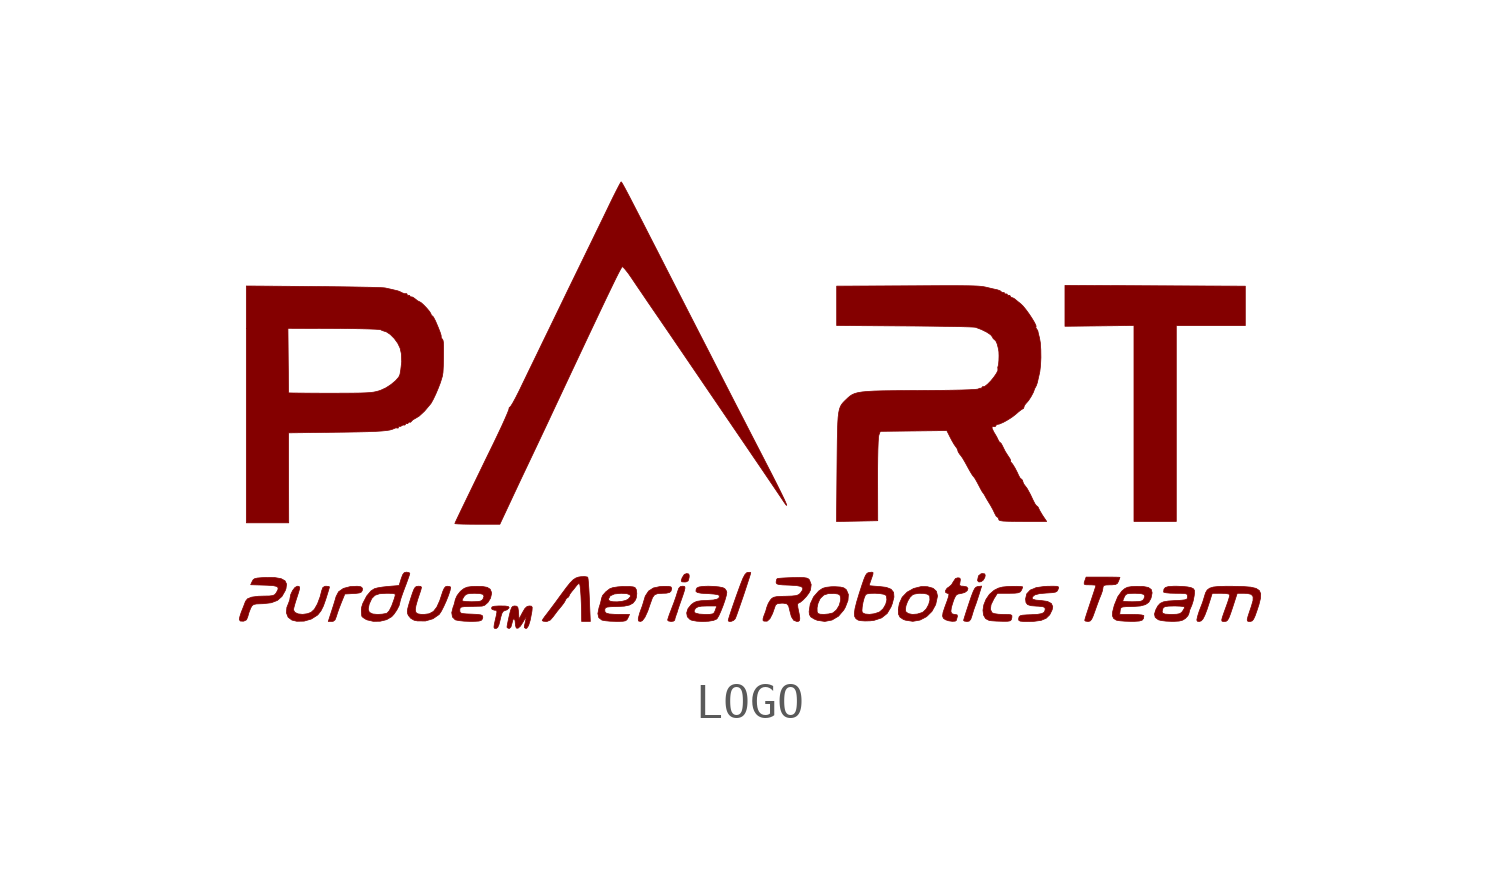
<source format=kicad_sym>
(kicad_symbol_lib
  (version 20220914)
  (generator "bitmap2component")
  (generator_version "8.0")
  (symbol "LOGO"
    (pin_names
      (offset 1.016))
    (property "Reference" "#G"
      (at 0 6.393 0)
      (effects (font (size 1.27 1.27)) hide))
    (symbol "LOGO_0_0"
      (polyline (pts (xy -7.345 -6.74) (xy -7.301 -6.711) (xy -7.264 -6.631) (xy -7.227 -6.484) (xy -7.21 -6.409) (xy -7.175 -6.295) (xy -7.136 -6.236) (xy -7.083 -6.214) (xy -7.027 -6.195) (xy -6.971 -6.142) (xy -6.968 -6.124) (xy -6.992 -6.099) (xy -7.069 -6.086) (xy -7.214 -6.083) (xy -7.273 -6.083) (xy -7.399 -6.091) (xy -7.462 -6.11) (xy -7.48 -6.144) (xy -7.465 -6.181) (xy -7.398 -6.206) (xy -7.358 -6.207) (xy -7.329 -6.221) (xy -7.323 -6.263) (xy -7.338 -6.352) (xy -7.373 -6.504) (xy -7.4 -6.628) (xy -7.409 -6.703) (xy -7.394 -6.734) (xy -7.355 -6.74) (xy -7.345 -6.74)) (stroke (width 0.01) (type default)) (fill (type outline)))
      (polyline (pts (xy -6.451 -6.731) (xy -6.399 -6.654) (xy -6.351 -6.496) (xy -6.305 -6.258) (xy -6.298 -6.205) (xy -6.293 -6.122) (xy -6.316 -6.089) (xy -6.378 -6.083) (xy -6.441 -6.097) (xy -6.506 -6.156) (xy -6.578 -6.278) (xy -6.679 -6.473) (xy -6.691 -6.278) (xy -6.695 -6.229) (xy -6.71 -6.134) (xy -6.741 -6.092) (xy -6.801 -6.083) (xy -6.806 -6.083) (xy -6.857 -6.093) (xy -6.894 -6.132) (xy -6.926 -6.218) (xy -6.963 -6.368) (xy -6.965 -6.376) (xy -6.997 -6.523) (xy -7.02 -6.638) (xy -7.028 -6.697) (xy -7.021 -6.717) (xy -6.967 -6.74) (xy -6.962 -6.74) (xy -6.913 -6.694) (xy -6.879 -6.573) (xy -6.878 -6.567) (xy -6.851 -6.474) (xy -6.819 -6.456) (xy -6.793 -6.509) (xy -6.782 -6.627) (xy -6.781 -6.651) (xy -6.757 -6.727) (xy -6.707 -6.732) (xy -6.637 -6.671) (xy -6.556 -6.545) (xy -6.527 -6.491) (xy -6.484 -6.419) (xy -6.47 -6.415) (xy -6.477 -6.473) (xy -6.499 -6.575) (xy -6.521 -6.668) (xy -6.523 -6.712) (xy -6.478 -6.74) (xy -6.451 -6.731)) (stroke (width 0.01) (type default)) (fill (type outline)))
      (polyline (pts (xy -14.704 -6.524) (xy -14.627 -6.486) (xy -14.589 -6.391) (xy -14.556 -6.275) (xy -14.505 -6.144) (xy -14.467 -6.078) (xy -14.419 -6.04) (xy -14.338 -6.023) (xy -14.199 -6.018) (xy -14.145 -6.017) (xy -13.905 -5.989) (xy -13.726 -5.921) (xy -13.594 -5.805) (xy -13.497 -5.634) (xy -13.476 -5.577) (xy -13.459 -5.444) (xy -13.505 -5.348) (xy -13.619 -5.286) (xy -13.803 -5.255) (xy -14.061 -5.253) (xy -14.183 -5.258) (xy -14.312 -5.269) (xy -14.389 -5.287) (xy -14.432 -5.317) (xy -14.46 -5.365) (xy -14.505 -5.463) (xy -14.106 -5.475) (xy -14.022 -5.478) (xy -13.85 -5.489) (xy -13.747 -5.512) (xy -13.704 -5.55) (xy -13.712 -5.612) (xy -13.761 -5.703) (xy -13.764 -5.707) (xy -13.804 -5.754) (xy -13.863 -5.78) (xy -13.961 -5.792) (xy -14.12 -5.795) (xy -14.282 -5.8) (xy -14.475 -5.825) (xy -14.598 -5.874) (xy -14.657 -5.949) (xy -14.669 -5.982) (xy -14.708 -6.086) (xy -14.759 -6.214) (xy -14.785 -6.28) (xy -14.822 -6.398) (xy -14.837 -6.473) (xy -14.837 -6.475) (xy -14.811 -6.522) (xy -14.726 -6.527) (xy -14.704 -6.524)) (stroke (width 0.01) (type default)) (fill (type outline)))
      (polyline (pts (xy -12.947 -6.525) (xy -12.737 -6.464) (xy -12.563 -6.354) (xy -12.538 -6.33) (xy -12.456 -6.226) (xy -12.385 -6.084) (xy -12.314 -5.884) (xy -12.294 -5.819) (xy -12.249 -5.675) (xy -12.218 -5.571) (xy -12.207 -5.526) (xy -12.231 -5.514) (xy -12.306 -5.507) (xy -12.341 -5.51) (xy -12.4 -5.545) (xy -12.435 -5.641) (xy -12.478 -5.812) (xy -12.557 -6.023) (xy -12.647 -6.18) (xy -12.742 -6.268) (xy -12.849 -6.309) (xy -12.992 -6.328) (xy -13.123 -6.314) (xy -13.218 -6.269) (xy -13.257 -6.197) (xy -13.257 -6.195) (xy -13.244 -6.127) (xy -13.211 -6.007) (xy -13.165 -5.86) (xy -13.159 -5.843) (xy -13.107 -5.682) (xy -13.08 -5.583) (xy -13.079 -5.531) (xy -13.101 -5.511) (xy -13.148 -5.507) (xy -13.149 -5.508) (xy -13.215 -5.545) (xy -13.283 -5.634) (xy -13.336 -5.746) (xy -13.358 -5.855) (xy -13.366 -5.91) (xy -13.402 -6.007) (xy -13.45 -6.126) (xy -13.463 -6.283) (xy -13.413 -6.41) (xy -13.304 -6.494) (xy -13.162 -6.529) (xy -12.947 -6.525)) (stroke (width 0.01) (type default)) (fill (type outline)))
      (polyline (pts (xy -12.097 -6.529) (xy -12.043 -6.486) (xy -12.003 -6.381) (xy -11.976 -6.292) (xy -11.922 -6.139) (xy -11.86 -5.98) (xy -11.759 -5.734) (xy -11.515 -5.721) (xy -11.444 -5.717) (xy -11.332 -5.702) (xy -11.274 -5.675) (xy -11.248 -5.626) (xy -11.247 -5.563) (xy -11.292 -5.523) (xy -11.397 -5.508) (xy -11.572 -5.516) (xy -11.604 -5.519) (xy -11.801 -5.571) (xy -11.941 -5.669) (xy -12.014 -5.809) (xy -12.017 -5.82) (xy -12.044 -5.914) (xy -12.087 -6.055) (xy -12.139 -6.216) (xy -12.242 -6.535) (xy -12.144 -6.535) (xy -12.097 -6.529)) (stroke (width 0.01) (type default)) (fill (type outline)))
      (polyline (pts (xy -10.729 -6.528) (xy -10.54 -6.482) (xy -10.394 -6.397) (xy -10.327 -6.324) (xy -10.242 -6.2) (xy -10.177 -6.073) (xy -10.152 -5.975) (xy -10.147 -5.948) (xy -10.119 -5.851) (xy -10.07 -5.71) (xy -10.008 -5.543) (xy -9.97 -5.445) (xy -9.916 -5.295) (xy -9.878 -5.186) (xy -9.864 -5.133) (xy -9.886 -5.11) (xy -9.96 -5.096) (xy -9.962 -5.096) (xy -10.025 -5.112) (xy -10.071 -5.171) (xy -10.116 -5.292) (xy -10.176 -5.487) (xy -10.482 -5.512) (xy -10.49 -5.512) (xy -10.657 -5.531) (xy -10.803 -5.555) (xy -10.897 -5.581) (xy -10.996 -5.644) (xy -11.121 -5.792) (xy -11.23 -6.001) (xy -11.237 -6.019) (xy -11.269 -6.121) (xy -11.273 -6.177) (xy -11.077 -6.177) (xy -11.05 -6.035) (xy -11.042 -6.013) (xy -10.972 -5.863) (xy -10.88 -5.771) (xy -10.747 -5.726) (xy -10.553 -5.713) (xy -10.483 -5.713) (xy -10.364 -5.717) (xy -10.304 -5.729) (xy -10.287 -5.757) (xy -10.296 -5.805) (xy -10.319 -5.881) (xy -10.391 -6.08) (xy -10.461 -6.22) (xy -10.525 -6.29) (xy -10.559 -6.303) (xy -10.669 -6.322) (xy -10.805 -6.33) (xy -10.945 -6.317) (xy -11.044 -6.269) (xy -11.077 -6.177) (xy -11.273 -6.177) (xy -11.277 -6.229) (xy -11.265 -6.38) (xy -11.265 -6.38) (xy -11.229 -6.419) (xy -11.149 -6.47) (xy -11.109 -6.489) (xy -10.929 -6.531) (xy -10.729 -6.528)) (stroke (width 0.01) (type default)) (fill (type outline)))
      (polyline (pts (xy -9.189 -6.456) (xy -9.012 -6.334) (xy -9.005 -6.327) (xy -8.945 -6.237) (xy -8.874 -6.098) (xy -8.8 -5.935) (xy -8.735 -5.771) (xy -8.689 -5.631) (xy -8.672 -5.538) (xy -8.692 -5.519) (xy -8.765 -5.508) (xy -8.766 -5.508) (xy -8.817 -5.519) (xy -8.858 -5.564) (xy -8.9 -5.656) (xy -8.952 -5.813) (xy -8.991 -5.93) (xy -9.077 -6.12) (xy -9.175 -6.243) (xy -9.297 -6.31) (xy -9.45 -6.33) (xy -9.543 -6.327) (xy -9.633 -6.312) (xy -9.686 -6.272) (xy -9.703 -6.198) (xy -9.686 -6.078) (xy -9.637 -5.903) (xy -9.556 -5.662) (xy -9.54 -5.612) (xy -9.523 -5.539) (xy -9.545 -5.511) (xy -9.614 -5.507) (xy -9.665 -5.513) (xy -9.706 -5.538) (xy -9.743 -5.598) (xy -9.786 -5.708) (xy -9.843 -5.882) (xy -9.889 -6.03) (xy -9.924 -6.159) (xy -9.936 -6.245) (xy -9.928 -6.306) (xy -9.902 -6.363) (xy -9.836 -6.442) (xy -9.74 -6.498) (xy -9.64 -6.519) (xy -9.406 -6.52) (xy -9.189 -6.456)) (stroke (width 0.01) (type default)) (fill (type outline)))
      (polyline (pts (xy -7.965 -6.531) (xy -7.846 -6.523) (xy -7.781 -6.503) (xy -7.752 -6.47) (xy -7.735 -6.418) (xy -7.741 -6.372) (xy -7.789 -6.344) (xy -7.893 -6.329) (xy -8.066 -6.321) (xy -8.213 -6.315) (xy -8.322 -6.305) (xy -8.379 -6.288) (xy -8.401 -6.257) (xy -8.405 -6.206) (xy -8.405 -6.18) (xy -8.393 -6.137) (xy -8.354 -6.113) (xy -8.268 -6.102) (xy -8.117 -6.097) (xy -7.964 -6.093) (xy -7.833 -6.09) (xy -7.756 -6.087) (xy -7.678 -6.061) (xy -7.582 -5.975) (xy -7.509 -5.854) (xy -7.48 -5.726) (xy -7.483 -5.681) (xy -7.52 -5.594) (xy -7.606 -5.54) (xy -7.751 -5.514) (xy -7.967 -5.512) (xy -8.058 -5.516) (xy -8.185 -5.534) (xy -8.278 -5.571) (xy -8.367 -5.639) (xy -8.393 -5.663) (xy -8.482 -5.777) (xy -8.533 -5.889) (xy -8.543 -5.928) (xy -8.343 -5.928) (xy -8.327 -5.883) (xy -8.279 -5.804) (xy -8.262 -5.781) (xy -8.206 -5.738) (xy -8.118 -5.718) (xy -7.974 -5.713) (xy -7.821 -5.72) (xy -7.728 -5.745) (xy -7.699 -5.796) (xy -7.726 -5.877) (xy -7.754 -5.914) (xy -7.807 -5.943) (xy -7.901 -5.956) (xy -8.057 -5.96) (xy -8.067 -5.96) (xy -8.207 -5.955) (xy -8.306 -5.943) (xy -8.343 -5.928) (xy -8.543 -5.928) (xy -8.549 -5.955) (xy -8.568 -6.029) (xy -8.582 -6.074) (xy -8.602 -6.124) (xy -8.64 -6.278) (xy -8.619 -6.405) (xy -8.539 -6.485) (xy -8.527 -6.49) (xy -8.429 -6.51) (xy -8.281 -6.526) (xy -8.111 -6.532) (xy -7.965 -6.531)) (stroke (width 0.01) (type default)) (fill (type outline)))
      (polyline (pts (xy -4.624 -5.91) (xy -4.629 -5.797) (xy -4.64 -5.59) (xy -4.652 -5.419) (xy -4.663 -5.3) (xy -4.673 -5.247) (xy -4.686 -5.238) (xy -4.761 -5.226) (xy -4.874 -5.23) (xy -4.94 -5.24) (xy -5.02 -5.268) (xy -5.098 -5.319) (xy -5.184 -5.406) (xy -5.292 -5.54) (xy -5.433 -5.73) (xy -5.612 -5.975) (xy -5.779 -6.199) (xy -5.908 -6.368) (xy -5.921 -6.384) (xy -5.978 -6.464) (xy -6.001 -6.51) (xy -5.97 -6.527) (xy -5.888 -6.535) (xy -5.858 -6.533) (xy -5.766 -6.493) (xy -5.675 -6.388) (xy -5.665 -6.373) (xy -5.564 -6.238) (xy -5.46 -6.111) (xy -5.436 -6.083) (xy -5.362 -5.984) (xy -5.32 -5.908) (xy -5.301 -5.87) (xy -5.258 -5.836) (xy -5.249 -5.835) (xy -5.22 -5.795) (xy -5.197 -5.741) (xy -5.139 -5.662) (xy -5.072 -5.582) (xy -4.999 -5.487) (xy -4.953 -5.439) (xy -4.914 -5.429) (xy -4.899 -5.481) (xy -4.884 -5.602) (xy -4.871 -5.781) (xy -4.861 -6.004) (xy -4.854 -6.258) (xy -4.85 -6.535) (xy -4.724 -6.535) (xy -4.598 -6.535) (xy -4.624 -5.91)) (stroke (width 0.01) (type default)) (fill (type outline)))
      (polyline (pts (xy -3.648 -6.529) (xy -3.573 -6.515) (xy -3.53 -6.484) (xy -3.501 -6.432) (xy -3.454 -6.33) (xy -3.772 -6.329) (xy -3.89 -6.327) (xy -4.043 -6.317) (xy -4.133 -6.293) (xy -4.173 -6.25) (xy -4.176 -6.185) (xy -4.173 -6.17) (xy -4.152 -6.134) (xy -4.101 -6.114) (xy -4.002 -6.104) (xy -3.838 -6.1) (xy -3.825 -6.1) (xy -3.608 -6.088) (xy -3.455 -6.055) (xy -3.351 -5.997) (xy -3.281 -5.907) (xy -3.256 -5.84) (xy -3.242 -5.72) (xy -3.255 -5.61) (xy -3.296 -5.544) (xy -3.35 -5.526) (xy -3.475 -5.514) (xy -3.634 -5.514) (xy -3.797 -5.526) (xy -3.938 -5.548) (xy -4.028 -5.58) (xy -4.147 -5.671) (xy -4.24 -5.778) (xy -4.275 -5.873) (xy -4.277 -5.897) (xy -4.278 -5.901) (xy -4.069 -5.901) (xy -4.068 -5.88) (xy -4.018 -5.787) (xy -3.894 -5.732) (xy -3.699 -5.713) (xy -3.533 -5.723) (xy -3.441 -5.756) (xy -3.426 -5.809) (xy -3.492 -5.884) (xy -3.563 -5.921) (xy -3.682 -5.95) (xy -3.816 -5.963) (xy -3.941 -5.96) (xy -4.033 -5.939) (xy -4.069 -5.901) (xy -4.278 -5.901) (xy -4.3 -5.995) (xy -4.338 -6.118) (xy -4.345 -6.138) (xy -4.378 -6.306) (xy -4.351 -6.423) (xy -4.261 -6.494) (xy -4.255 -6.496) (xy -4.165 -6.513) (xy -4.024 -6.527) (xy -3.86 -6.532) (xy -3.776 -6.533) (xy -3.648 -6.529)) (stroke (width 0.01) (type default)) (fill (type outline)))
      (polyline (pts (xy -3.082 -6.513) (xy -3.007 -6.415) (xy -2.925 -6.238) (xy -2.836 -5.98) (xy -2.835 -5.979) (xy -2.783 -5.836) (xy -2.722 -5.756) (xy -2.631 -5.721) (xy -2.486 -5.713) (xy -2.383 -5.71) (xy -2.287 -5.689) (xy -2.244 -5.648) (xy -2.241 -5.639) (xy -2.224 -5.566) (xy -2.248 -5.526) (xy -2.328 -5.51) (xy -2.476 -5.511) (xy -2.561 -5.516) (xy -2.758 -5.558) (xy -2.898 -5.648) (xy -2.995 -5.796) (xy -3.06 -6.013) (xy -3.06 -6.014) (xy -3.082 -6.084) (xy -3.12 -6.186) (xy -3.16 -6.298) (xy -3.193 -6.422) (xy -3.2 -6.463) (xy -3.191 -6.521) (xy -3.134 -6.535) (xy -3.082 -6.513)) (stroke (width 0.01) (type default)) (fill (type outline)))
      (polyline (pts (xy -2.172 -6.525) (xy -2.137 -6.497) (xy -2.125 -6.438) (xy -2.093 -6.342) (xy -2.093 -6.341) (xy -2.063 -6.26) (xy -2.054 -6.227) (xy -2.045 -6.196) (xy -2.015 -6.107) (xy -1.971 -5.98) (xy -1.961 -5.953) (xy -1.895 -5.764) (xy -1.854 -5.637) (xy -1.837 -5.561) (xy -1.842 -5.523) (xy -1.867 -5.509) (xy -1.913 -5.507) (xy -1.972 -5.518) (xy -2.019 -5.569) (xy -2.058 -5.681) (xy -2.059 -5.686) (xy -2.099 -5.815) (xy -2.158 -5.983) (xy -2.224 -6.155) (xy -2.236 -6.188) (xy -2.291 -6.33) (xy -2.328 -6.44) (xy -2.343 -6.495) (xy -2.317 -6.521) (xy -2.24 -6.535) (xy -2.172 -6.525)) (stroke (width 0.01) (type default)) (fill (type outline)))
      (polyline (pts (xy -1.149 -6.528) (xy -1.003 -6.503) (xy -0.911 -6.463) (xy -0.901 -6.452) (xy -0.851 -6.369) (xy -0.791 -6.237) (xy -0.728 -6.079) (xy -0.672 -5.919) (xy -0.632 -5.78) (xy -0.617 -5.686) (xy -0.626 -5.649) (xy -0.675 -5.578) (xy -0.729 -5.551) (xy -0.845 -5.527) (xy -0.997 -5.512) (xy -1.16 -5.507) (xy -1.311 -5.512) (xy -1.427 -5.529) (xy -1.486 -5.557) (xy -1.511 -5.602) (xy -1.517 -5.657) (xy -1.472 -5.691) (xy -1.364 -5.711) (xy -1.185 -5.722) (xy -1.134 -5.724) (xy -0.987 -5.736) (xy -0.88 -5.754) (xy -0.836 -5.775) (xy -0.836 -5.835) (xy -0.89 -5.881) (xy -1.009 -5.909) (xy -1.202 -5.922) (xy -1.366 -5.93) (xy -1.482 -5.947) (xy -1.567 -5.981) (xy -1.646 -6.037) (xy -1.65 -6.041) (xy -1.748 -6.16) (xy -1.771 -6.234) (xy -1.575 -6.234) (xy -1.534 -6.157) (xy -1.523 -6.146) (xy -1.458 -6.108) (xy -1.353 -6.088) (xy -1.188 -6.083) (xy -0.908 -6.083) (xy -0.952 -6.206) (xy -0.956 -6.219) (xy -0.985 -6.281) (xy -1.028 -6.314) (xy -1.109 -6.327) (xy -1.249 -6.33) (xy -1.421 -6.32) (xy -1.538 -6.289) (xy -1.575 -6.234) (xy -1.771 -6.234) (xy -1.787 -6.286) (xy -1.767 -6.399) (xy -1.685 -6.481) (xy -1.633 -6.501) (xy -1.491 -6.527) (xy -1.321 -6.536) (xy -1.149 -6.528)) (stroke (width 0.01) (type default)) (fill (type outline)))
      (polyline (pts (xy -0.423 -6.506) (xy -0.371 -6.454) (xy -0.36 -6.43) (xy -0.325 -6.337) (xy -0.274 -6.192) (xy -0.212 -6.013) (xy -0.144 -5.816) (xy -0.077 -5.616) (xy -0.016 -5.429) (xy 0.035 -5.272) (xy 0.07 -5.161) (xy 0.082 -5.111) (xy 0.064 -5.101) (xy -0.005 -5.104) (xy -0.039 -5.116) (xy -0.089 -5.169) (xy -0.145 -5.274) (xy -0.213 -5.446) (xy -0.253 -5.554) (xy -0.33 -5.766) (xy -0.404 -5.977) (xy -0.471 -6.171) (xy -0.525 -6.334) (xy -0.561 -6.45) (xy -0.575 -6.504) (xy -0.557 -6.532) (xy -0.496 -6.534) (xy -0.423 -6.506)) (stroke (width 0.01) (type default)) (fill (type outline)))
      (polyline (pts (xy 1.478 -6.529) (xy 1.507 -6.5) (xy 1.512 -6.434) (xy 1.495 -6.317) (xy 1.457 -6.134) (xy 1.456 -6.128) (xy 1.448 -6.036) (xy 1.468 -6.001) (xy 1.52 -5.979) (xy 1.607 -5.909) (xy 1.701 -5.81) (xy 1.78 -5.704) (xy 1.824 -5.615) (xy 1.845 -5.46) (xy 1.794 -5.323) (xy 1.767 -5.294) (xy 1.718 -5.27) (xy 1.637 -5.257) (xy 1.508 -5.253) (xy 1.313 -5.256) (xy 1.185 -5.26) (xy 1.024 -5.268) (xy 0.908 -5.277) (xy 0.855 -5.286) (xy 0.837 -5.31) (xy 0.822 -5.385) (xy 0.826 -5.413) (xy 0.85 -5.44) (xy 0.91 -5.458) (xy 1.022 -5.468) (xy 1.202 -5.475) (xy 1.222 -5.476) (xy 1.42 -5.488) (xy 1.544 -5.513) (xy 1.599 -5.554) (xy 1.594 -5.617) (xy 1.533 -5.705) (xy 1.518 -5.721) (xy 1.468 -5.759) (xy 1.394 -5.782) (xy 1.278 -5.794) (xy 1.098 -5.8) (xy 0.972 -5.803) (xy 0.84 -5.811) (xy 0.756 -5.829) (xy 0.701 -5.86) (xy 0.655 -5.91) (xy 0.594 -6.009) (xy 0.551 -6.12) (xy 0.52 -6.231) (xy 0.473 -6.356) (xy 0.467 -6.369) (xy 0.44 -6.46) (xy 0.443 -6.512) (xy 0.472 -6.525) (xy 0.552 -6.526) (xy 0.567 -6.522) (xy 0.64 -6.454) (xy 0.717 -6.304) (xy 0.798 -6.073) (xy 0.806 -6.053) (xy 0.864 -6.013) (xy 0.983 -6.001) (xy 1.028 -6.001) (xy 1.132 -6.019) (xy 1.186 -6.078) (xy 1.216 -6.197) (xy 1.219 -6.212) (xy 1.267 -6.394) (xy 1.335 -6.5) (xy 1.426 -6.535) (xy 1.478 -6.529)) (stroke (width 0.01) (type default)) (fill (type outline)))
      (polyline (pts (xy 2.452 -6.493) (xy 2.641 -6.381) (xy 2.793 -6.203) (xy 2.841 -6.119) (xy 2.918 -5.919) (xy 2.93 -5.75) (xy 2.875 -5.618) (xy 2.857 -5.598) (xy 2.793 -5.554) (xy 2.697 -5.531) (xy 2.543 -5.521) (xy 2.434 -5.522) (xy 2.283 -5.539) (xy 2.18 -5.569) (xy 2.064 -5.647) (xy 1.915 -5.818) (xy 1.818 -6.026) (xy 1.801 -6.138) (xy 2.016 -6.138) (xy 2.043 -6.008) (xy 2.095 -5.889) (xy 2.117 -5.855) (xy 2.214 -5.763) (xy 2.345 -5.721) (xy 2.532 -5.72) (xy 2.633 -5.735) (xy 2.685 -5.771) (xy 2.705 -5.845) (xy 2.704 -5.919) (xy 2.663 -6.067) (xy 2.583 -6.199) (xy 2.483 -6.283) (xy 2.461 -6.291) (xy 2.349 -6.317) (xy 2.22 -6.329) (xy 2.107 -6.324) (xy 2.041 -6.302) (xy 2.018 -6.25) (xy 2.016 -6.138) (xy 1.801 -6.138) (xy 1.785 -6.247) (xy 1.793 -6.33) (xy 1.834 -6.402) (xy 1.932 -6.463) (xy 2.023 -6.501) (xy 2.241 -6.534) (xy 2.452 -6.493)) (stroke (width 0.01) (type default)) (fill (type outline)))
      (polyline (pts (xy 3.566 -6.516) (xy 3.68 -6.502) (xy 3.897 -6.431) (xy 4.06 -6.302) (xy 4.173 -6.112) (xy 4.211 -6.012) (xy 4.259 -5.823) (xy 4.249 -5.687) (xy 4.175 -5.595) (xy 4.034 -5.54) (xy 3.819 -5.514) (xy 3.81 -5.514) (xy 3.671 -5.504) (xy 3.572 -5.495) (xy 3.535 -5.487) (xy 3.537 -5.477) (xy 3.559 -5.409) (xy 3.596 -5.302) (xy 3.608 -5.269) (xy 3.644 -5.162) (xy 3.649 -5.11) (xy 3.618 -5.097) (xy 3.548 -5.104) (xy 3.541 -5.105) (xy 3.498 -5.117) (xy 3.461 -5.146) (xy 3.425 -5.205) (xy 3.383 -5.307) (xy 3.329 -5.463) (xy 3.257 -5.686) (xy 3.25 -5.706) (xy 3.172 -5.964) (xy 3.124 -6.157) (xy 3.115 -6.221) (xy 3.325 -6.221) (xy 3.333 -6.111) (xy 3.356 -5.977) (xy 3.391 -5.848) (xy 3.432 -5.754) (xy 3.473 -5.731) (xy 3.575 -5.715) (xy 3.709 -5.712) (xy 3.847 -5.721) (xy 3.962 -5.741) (xy 4.025 -5.771) (xy 4.042 -5.8) (xy 4.053 -5.907) (xy 4.019 -6.036) (xy 3.948 -6.159) (xy 3.851 -6.249) (xy 3.818 -6.267) (xy 3.686 -6.31) (xy 3.542 -6.328) (xy 3.416 -6.317) (xy 3.337 -6.278) (xy 3.325 -6.221) (xy 3.115 -6.221) (xy 3.105 -6.296) (xy 3.114 -6.391) (xy 3.152 -6.454) (xy 3.217 -6.496) (xy 3.284 -6.511) (xy 3.414 -6.52) (xy 3.566 -6.516)) (stroke (width 0.01) (type default)) (fill (type outline)))
      (polyline (pts (xy 5.02 -6.494) (xy 5.21 -6.395) (xy 5.366 -6.242) (xy 5.476 -6.043) (xy 5.527 -5.806) (xy 5.528 -5.787) (xy 5.498 -5.655) (xy 5.4 -5.567) (xy 5.232 -5.52) (xy 5.048 -5.519) (xy 4.833 -5.573) (xy 4.644 -5.679) (xy 4.5 -5.828) (xy 4.418 -6.008) (xy 4.387 -6.175) (xy 4.388 -6.198) (xy 4.593 -6.198) (xy 4.608 -6.081) (xy 4.657 -5.948) (xy 4.726 -5.831) (xy 4.803 -5.757) (xy 4.855 -5.736) (xy 4.981 -5.714) (xy 5.116 -5.715) (xy 5.23 -5.737) (xy 5.294 -5.78) (xy 5.302 -5.797) (xy 5.309 -5.909) (xy 5.272 -6.043) (xy 5.203 -6.169) (xy 5.113 -6.257) (xy 5.078 -6.276) (xy 4.94 -6.319) (xy 4.798 -6.33) (xy 4.677 -6.306) (xy 4.605 -6.25) (xy 4.593 -6.198) (xy 4.388 -6.198) (xy 4.389 -6.316) (xy 4.436 -6.41) (xy 4.531 -6.474) (xy 4.59 -6.496) (xy 4.809 -6.531) (xy 5.02 -6.494)) (stroke (width 0.01) (type default)) (fill (type outline)))
      (polyline (pts (xy 6.048 -6.525) (xy 6.083 -6.497) (xy 6.086 -6.473) (xy 6.108 -6.394) (xy 6.111 -6.385) (xy 6.101 -6.342) (xy 6.026 -6.33) (xy 6.013 -6.329) (xy 5.945 -6.306) (xy 5.919 -6.24) (xy 5.935 -6.12) (xy 5.992 -5.939) (xy 6.021 -5.862) (xy 6.066 -5.776) (xy 6.121 -5.736) (xy 6.207 -5.72) (xy 6.211 -5.72) (xy 6.325 -5.689) (xy 6.396 -5.635) (xy 6.418 -5.575) (xy 6.383 -5.527) (xy 6.285 -5.507) (xy 6.205 -5.503) (xy 6.174 -5.47) (xy 6.186 -5.384) (xy 6.197 -5.32) (xy 6.184 -5.272) (xy 6.124 -5.261) (xy 6.055 -5.282) (xy 5.991 -5.377) (xy 5.938 -5.466) (xy 5.861 -5.531) (xy 5.809 -5.565) (xy 5.766 -5.63) (xy 5.766 -5.688) (xy 5.815 -5.713) (xy 5.82 -5.713) (xy 5.852 -5.72) (xy 5.863 -5.749) (xy 5.851 -5.814) (xy 5.814 -5.927) (xy 5.749 -6.103) (xy 5.743 -6.119) (xy 5.691 -6.275) (xy 5.677 -6.377) (xy 5.701 -6.441) (xy 5.764 -6.485) (xy 5.857 -6.516) (xy 5.963 -6.531) (xy 6.048 -6.525)) (stroke (width 0.01) (type default)) (fill (type outline)))
      (polyline (pts (xy 6.454 -6.524) (xy 6.499 -6.472) (xy 6.537 -6.36) (xy 6.547 -6.325) (xy 6.589 -6.189) (xy 6.627 -6.083) (xy 6.651 -6.02) (xy 6.695 -5.889) (xy 6.743 -5.741) (xy 6.817 -5.503) (xy 6.712 -5.515) (xy 6.693 -5.518) (xy 6.65 -5.537) (xy 6.611 -5.581) (xy 6.57 -5.665) (xy 6.518 -5.8) (xy 6.45 -6.001) (xy 6.449 -6.004) (xy 6.388 -6.189) (xy 6.338 -6.345) (xy 6.304 -6.455) (xy 6.29 -6.504) (xy 6.314 -6.524) (xy 6.389 -6.535) (xy 6.454 -6.524)) (stroke (width 0.01) (type default)) (fill (type outline)))
      (polyline (pts (xy 7.575 -6.529) (xy 7.646 -6.517) (xy 7.68 -6.487) (xy 7.696 -6.432) (xy 7.7 -6.407) (xy 7.699 -6.362) (xy 7.667 -6.34) (xy 7.587 -6.331) (xy 7.442 -6.33) (xy 7.312 -6.325) (xy 7.186 -6.307) (xy 7.119 -6.28) (xy 7.073 -6.183) (xy 7.091 -6.045) (xy 7.173 -5.877) (xy 7.276 -5.713) (xy 7.603 -5.713) (xy 7.622 -5.713) (xy 7.783 -5.71) (xy 7.883 -5.698) (xy 7.939 -5.674) (xy 7.972 -5.633) (xy 7.997 -5.581) (xy 8.014 -5.529) (xy 8.011 -5.525) (xy 7.954 -5.515) (xy 7.84 -5.51) (xy 7.688 -5.511) (xy 7.585 -5.515) (xy 7.425 -5.531) (xy 7.305 -5.563) (xy 7.194 -5.619) (xy 7.177 -5.63) (xy 7.044 -5.745) (xy 6.945 -5.891) (xy 6.881 -6.05) (xy 6.856 -6.207) (xy 6.872 -6.346) (xy 6.932 -6.451) (xy 7.038 -6.506) (xy 7.113 -6.515) (xy 7.247 -6.524) (xy 7.404 -6.529) (xy 7.446 -6.53) (xy 7.575 -6.529)) (stroke (width 0.01) (type default)) (fill (type outline)))
      (polyline (pts (xy 8.345 -6.531) (xy 8.551 -6.503) (xy 8.698 -6.442) (xy 8.802 -6.341) (xy 8.874 -6.194) (xy 8.891 -6.103) (xy 8.85 -6.01) (xy 8.736 -5.95) (xy 8.546 -5.924) (xy 8.398 -5.912) (xy 8.306 -5.886) (xy 8.286 -5.844) (xy 8.333 -5.784) (xy 8.379 -5.756) (xy 8.508 -5.722) (xy 8.71 -5.705) (xy 8.746 -5.703) (xy 8.89 -5.694) (xy 8.975 -5.677) (xy 9.021 -5.647) (xy 9.047 -5.597) (xy 9.062 -5.552) (xy 9.053 -5.524) (xy 9.008 -5.51) (xy 8.909 -5.507) (xy 8.744 -5.509) (xy 8.652 -5.513) (xy 8.408 -5.548) (xy 8.235 -5.62) (xy 8.133 -5.729) (xy 8.099 -5.877) (xy 8.099 -5.881) (xy 8.111 -5.982) (xy 8.157 -6.042) (xy 8.254 -6.074) (xy 8.416 -6.087) (xy 8.469 -6.089) (xy 8.592 -6.101) (xy 8.655 -6.124) (xy 8.671 -6.162) (xy 8.668 -6.207) (xy 8.64 -6.268) (xy 8.572 -6.305) (xy 8.45 -6.327) (xy 8.26 -6.338) (xy 8.134 -6.343) (xy 8.012 -6.352) (xy 7.943 -6.369) (xy 7.911 -6.397) (xy 7.899 -6.442) (xy 7.896 -6.472) (xy 7.905 -6.507) (xy 7.947 -6.526) (xy 8.038 -6.534) (xy 8.195 -6.535) (xy 8.345 -6.531)) (stroke (width 0.01) (type default)) (fill (type outline)))
      (polyline (pts (xy 9.934 -6.535) (xy 9.983 -6.52) (xy 10.025 -6.472) (xy 10.069 -6.376) (xy 10.127 -6.216) (xy 10.136 -6.19) (xy 10.197 -6.02) (xy 10.254 -5.867) (xy 10.297 -5.763) (xy 10.301 -5.754) (xy 10.341 -5.639) (xy 10.357 -5.547) (xy 10.358 -5.529) (xy 10.378 -5.489) (xy 10.44 -5.471) (xy 10.564 -5.466) (xy 10.621 -5.466) (xy 10.722 -5.456) (xy 10.777 -5.424) (xy 10.81 -5.361) (xy 10.838 -5.287) (xy 10.851 -5.248) (xy 10.85 -5.248) (xy 10.81 -5.245) (xy 10.704 -5.242) (xy 10.548 -5.241) (xy 10.358 -5.24) (xy 9.865 -5.24) (xy 9.825 -5.353) (xy 9.809 -5.402) (xy 9.81 -5.447) (xy 9.857 -5.464) (xy 9.969 -5.466) (xy 10.022 -5.467) (xy 10.115 -5.473) (xy 10.152 -5.483) (xy 10.152 -5.484) (xy 10.137 -5.534) (xy 10.102 -5.644) (xy 10.05 -5.8) (xy 9.988 -5.987) (xy 9.983 -6.002) (xy 9.921 -6.189) (xy 9.87 -6.345) (xy 9.836 -6.455) (xy 9.824 -6.504) (xy 9.846 -6.524) (xy 9.92 -6.535) (xy 9.934 -6.535)) (stroke (width 0.01) (type default)) (fill (type outline)))
      (polyline (pts (xy 11.274 -6.532) (xy 11.417 -6.522) (xy 11.5 -6.496) (xy 11.539 -6.446) (xy 11.549 -6.367) (xy 11.543 -6.36) (xy 11.477 -6.344) (xy 11.356 -6.333) (xy 11.197 -6.33) (xy 10.845 -6.33) (xy 10.858 -6.216) (xy 10.865 -6.17) (xy 10.885 -6.131) (xy 10.934 -6.111) (xy 11.029 -6.103) (xy 11.189 -6.1) (xy 11.231 -6.099) (xy 11.446 -6.083) (xy 11.596 -6.043) (xy 11.694 -5.972) (xy 11.753 -5.865) (xy 11.762 -5.837) (xy 11.79 -5.699) (xy 11.765 -5.603) (xy 11.68 -5.543) (xy 11.53 -5.515) (xy 11.307 -5.512) (xy 11.186 -5.519) (xy 11.074 -5.537) (xy 10.992 -5.577) (xy 10.909 -5.648) (xy 10.905 -5.652) (xy 10.788 -5.816) (xy 10.737 -5.941) (xy 10.933 -5.941) (xy 10.945 -5.9) (xy 10.98 -5.818) (xy 11.011 -5.763) (xy 11.059 -5.73) (xy 11.143 -5.716) (xy 11.286 -5.713) (xy 11.299 -5.713) (xy 11.461 -5.721) (xy 11.55 -5.747) (xy 11.577 -5.797) (xy 11.55 -5.877) (xy 11.523 -5.914) (xy 11.469 -5.943) (xy 11.375 -5.956) (xy 11.219 -5.96) (xy 11.209 -5.96) (xy 11.069 -5.957) (xy 10.97 -5.95) (xy 10.933 -5.941) (xy 10.737 -5.941) (xy 10.692 -6.051) (xy 10.684 -6.076) (xy 10.639 -6.251) (xy 10.633 -6.37) (xy 10.667 -6.446) (xy 10.743 -6.495) (xy 10.755 -6.499) (xy 10.85 -6.515) (xy 10.996 -6.527) (xy 11.165 -6.532) (xy 11.274 -6.532)) (stroke (width 0.01) (type default)) (fill (type outline)))
      (polyline (pts (xy 12.436 -6.532) (xy 12.58 -6.523) (xy 12.678 -6.497) (xy 12.756 -6.45) (xy 12.761 -6.446) (xy 12.834 -6.367) (xy 12.865 -6.296) (xy 12.865 -6.294) (xy 12.884 -6.209) (xy 12.929 -6.103) (xy 12.945 -6.069) (xy 12.988 -5.934) (xy 13.017 -5.786) (xy 13.024 -5.715) (xy 13.024 -5.628) (xy 12.995 -5.582) (xy 12.929 -5.55) (xy 12.921 -5.547) (xy 12.818 -5.527) (xy 12.667 -5.513) (xy 12.496 -5.507) (xy 12.411 -5.508) (xy 12.263 -5.518) (xy 12.176 -5.545) (xy 12.135 -5.595) (xy 12.125 -5.675) (xy 12.131 -5.682) (xy 12.195 -5.698) (xy 12.316 -5.709) (xy 12.474 -5.713) (xy 12.632 -5.714) (xy 12.74 -5.719) (xy 12.797 -5.734) (xy 12.819 -5.763) (xy 12.823 -5.811) (xy 12.819 -5.857) (xy 12.796 -5.887) (xy 12.739 -5.905) (xy 12.631 -5.917) (xy 12.457 -5.926) (xy 12.261 -5.939) (xy 12.121 -5.963) (xy 12.028 -6.006) (xy 11.961 -6.077) (xy 11.902 -6.184) (xy 11.884 -6.24) (xy 12.082 -6.24) (xy 12.108 -6.148) (xy 12.121 -6.128) (xy 12.172 -6.101) (xy 12.272 -6.087) (xy 12.437 -6.083) (xy 12.462 -6.083) (xy 12.604 -6.088) (xy 12.703 -6.099) (xy 12.741 -6.115) (xy 12.725 -6.159) (xy 12.677 -6.238) (xy 12.648 -6.273) (xy 12.591 -6.309) (xy 12.499 -6.325) (xy 12.348 -6.33) (xy 12.306 -6.329) (xy 12.169 -6.321) (xy 12.098 -6.294) (xy 12.082 -6.24) (xy 11.884 -6.24) (xy 11.859 -6.319) (xy 11.881 -6.415) (xy 11.973 -6.486) (xy 12.058 -6.508) (xy 12.195 -6.525) (xy 12.355 -6.532) (xy 12.436 -6.532)) (stroke (width 0.01) (type default)) (fill (type outline)))
      (polyline (pts (xy 14.66 -6.534) (xy 14.708 -6.518) (xy 14.749 -6.469) (xy 14.794 -6.372) (xy 14.851 -6.211) (xy 14.907 -6.039) (xy 14.951 -5.859) (xy 14.957 -5.726) (xy 14.916 -5.632) (xy 14.821 -5.57) (xy 14.666 -5.534) (xy 14.443 -5.516) (xy 14.145 -5.51) (xy 13.949 -5.509) (xy 13.731 -5.514) (xy 13.575 -5.531) (xy 13.467 -5.565) (xy 13.396 -5.619) (xy 13.35 -5.697) (xy 13.316 -5.805) (xy 13.307 -5.836) (xy 13.262 -5.981) (xy 13.215 -6.103) (xy 13.212 -6.11) (xy 13.162 -6.241) (xy 13.118 -6.381) (xy 13.112 -6.405) (xy 13.094 -6.492) (xy 13.11 -6.528) (xy 13.166 -6.535) (xy 13.168 -6.535) (xy 13.222 -6.517) (xy 13.274 -6.46) (xy 13.328 -6.353) (xy 13.392 -6.186) (xy 13.469 -5.95) (xy 13.543 -5.714) (xy 13.799 -5.713) (xy 13.922 -5.717) (xy 14.024 -5.733) (xy 14.055 -5.764) (xy 14.055 -5.768) (xy 14.039 -5.837) (xy 14.001 -5.957) (xy 13.95 -6.103) (xy 13.947 -6.109) (xy 13.88 -6.295) (xy 13.838 -6.417) (xy 13.821 -6.489) (xy 13.827 -6.523) (xy 13.855 -6.534) (xy 13.902 -6.535) (xy 13.907 -6.535) (xy 13.954 -6.527) (xy 13.992 -6.496) (xy 14.031 -6.428) (xy 14.077 -6.308) (xy 14.139 -6.124) (xy 14.272 -5.713) (xy 14.467 -5.713) (xy 14.569 -5.717) (xy 14.683 -5.745) (xy 14.736 -5.811) (xy 14.734 -5.924) (xy 14.684 -6.097) (xy 14.627 -6.264) (xy 14.584 -6.397) (xy 14.565 -6.478) (xy 14.569 -6.518) (xy 14.596 -6.533) (xy 14.643 -6.535) (xy 14.66 -6.534)) (stroke (width 0.01) (type default)) (fill (type outline)))
      (polyline (pts (xy -1.803 -5.381) (xy -1.744 -5.35) (xy -1.718 -5.261) (xy -1.712 -5.206) (xy -1.726 -5.151) (xy -1.786 -5.138) (xy -1.856 -5.162) (xy -1.919 -5.261) (xy -1.919 -5.261) (xy -1.946 -5.346) (xy -1.928 -5.379) (xy -1.851 -5.384) (xy -1.803 -5.381)) (stroke (width 0.01) (type default)) (fill (type outline)))
      (polyline (pts (xy 6.801 -5.374) (xy 6.866 -5.326) (xy 6.909 -5.251) (xy 6.921 -5.195) (xy 6.909 -5.148) (xy 6.844 -5.138) (xy 6.8 -5.144) (xy 6.725 -5.205) (xy 6.699 -5.329) (xy 6.701 -5.348) (xy 6.738 -5.384) (xy 6.801 -5.374)) (stroke (width 0.01) (type default)) (fill (type outline)))
      (polyline (pts (xy -7.088 -3.381) (xy -7.082 -3.369) (xy -6.991 -3.174) (xy -6.895 -2.969) (xy -6.814 -2.795) (xy -6.768 -2.698) (xy -6.681 -2.512) (xy -6.582 -2.302) (xy -6.484 -2.096) (xy -6.355 -1.824) (xy -6.189 -1.474) (xy -6.035 -1.148) (xy -5.901 -0.864) (xy -5.794 -0.637) (xy -5.718 -0.473) (xy -5.405 0.194) (xy -5.125 0.791) (xy -4.875 1.322) (xy -4.655 1.79) (xy -4.462 2.198) (xy -4.295 2.551) (xy -4.152 2.852) (xy -4.031 3.104) (xy -3.931 3.311) (xy -3.85 3.477) (xy -3.785 3.606) (xy -3.736 3.7) (xy -3.701 3.763) (xy -3.678 3.8) (xy -3.664 3.813) (xy -3.643 3.803) (xy -3.583 3.738) (xy -3.496 3.628) (xy -3.396 3.485) (xy -3.348 3.413) (xy -3.225 3.231) (xy -3.077 3.014) (xy -2.92 2.782) (xy -2.766 2.557) (xy -2.643 2.378) (xy -2.477 2.135) (xy -2.285 1.855) (xy -2.08 1.554) (xy -1.872 1.248) (xy -1.672 0.954) (xy -1.489 0.686) (xy -1.279 0.377) (xy -1.069 0.069) (xy -0.872 -0.22) (xy -0.699 -0.475) (xy -0.56 -0.678) (xy -0.322 -1.028) (xy -0.076 -1.388) (xy 0.157 -1.731) (xy 0.373 -2.048) (xy 0.566 -2.333) (xy 0.733 -2.579) (xy 0.868 -2.779) (xy 0.966 -2.925) (xy 1.023 -3.01) (xy 1.06 -3.066) (xy 1.112 -3.137) (xy 1.131 -3.149) (xy 1.116 -3.099) (xy 1.067 -2.986) (xy 0.981 -2.808) (xy 0.859 -2.562) (xy 0.7 -2.248) (xy 0.502 -1.864) (xy 0.467 -1.795) (xy 0.277 -1.427) (xy 0.073 -1.031) (xy -0.135 -0.626) (xy -0.337 -0.234) (xy -0.521 0.125) (xy -0.678 0.431) (xy -0.785 0.64) (xy -0.954 0.971) (xy -1.126 1.308) (xy -1.292 1.631) (xy -1.441 1.921) (xy -1.562 2.158) (xy -1.655 2.339) (xy -1.797 2.616) (xy -1.959 2.933) (xy -2.131 3.269) (xy -2.303 3.606) (xy -2.466 3.925) (xy -2.632 4.251) (xy -2.856 4.687) (xy -3.045 5.058) (xy -3.205 5.369) (xy -3.337 5.625) (xy -3.443 5.831) (xy -3.527 5.991) (xy -3.591 6.111) (xy -3.638 6.196) (xy -3.67 6.251) (xy -3.689 6.28) (xy -3.699 6.288) (xy -3.72 6.258) (xy -3.771 6.164) (xy -3.846 6.019) (xy -3.939 5.834) (xy -4.043 5.62) (xy -4.104 5.493) (xy -4.25 5.191) (xy -4.41 4.863) (xy -4.566 4.54) (xy -4.706 4.254) (xy -4.767 4.128) (xy -4.919 3.816) (xy -5.084 3.477) (xy -5.245 3.147) (xy -5.385 2.857) (xy -5.395 2.836) (xy -5.631 2.348) (xy -5.835 1.927) (xy -6.011 1.565) (xy -6.161 1.254) (xy -6.29 0.988) (xy -6.402 0.758) (xy -6.498 0.558) (xy -6.585 0.379) (xy -6.663 0.216) (xy -6.689 0.164) (xy -6.779 -0.013) (xy -6.857 -0.157) (xy -6.917 -0.253) (xy -6.949 -0.288) (xy -6.962 -0.29) (xy -6.969 -0.324) (xy -6.978 -0.363) (xy -7.019 -0.466) (xy -7.087 -0.624) (xy -7.178 -0.826) (xy -7.289 -1.061) (xy -7.413 -1.321) (xy -7.428 -1.352) (xy -7.659 -1.825) (xy -7.855 -2.23) (xy -8.021 -2.572) (xy -8.159 -2.857) (xy -8.271 -3.088) (xy -8.36 -3.272) (xy -8.428 -3.415) (xy -8.478 -3.52) (xy -8.513 -3.594) (xy -8.535 -3.642) (xy -8.546 -3.668) (xy -8.549 -3.679) (xy -8.533 -3.684) (xy -8.448 -3.69) (xy -8.305 -3.695) (xy -8.115 -3.698) (xy -7.893 -3.699) (xy -7.237 -3.699) (xy -7.088 -3.381)) (stroke (width 0.01) (type default)) (fill (type outline)))
      (polyline (pts (xy -13.399 -2.497) (xy -13.399 -2.47) (xy -13.399 -2.162) (xy -13.4 -1.876) (xy -13.4 -1.622) (xy -13.4 -1.415) (xy -13.4 -1.264) (xy -13.4 -1.184) (xy -13.399 -1.033) (xy -12.053 -1.016) (xy -11.738 -1.012) (xy -11.381 -1.006) (xy -11.092 -0.999) (xy -10.863 -0.99) (xy -10.684 -0.979) (xy -10.549 -0.966) (xy -10.448 -0.95) (xy -10.373 -0.929) (xy -10.317 -0.905) (xy -10.271 -0.887) (xy -10.219 -0.892) (xy -10.208 -0.898) (xy -10.193 -0.868) (xy -10.19 -0.849) (xy -10.155 -0.841) (xy -10.139 -0.846) (xy -10.09 -0.822) (xy -10.078 -0.808) (xy -10.026 -0.803) (xy -10.012 -0.809) (xy -9.987 -0.781) (xy -9.984 -0.765) (xy -9.946 -0.76) (xy -9.93 -0.767) (xy -9.905 -0.74) (xy -9.902 -0.724) (xy -9.864 -0.719) (xy -9.848 -0.726) (xy -9.823 -0.706) (xy -9.821 -0.699) (xy -9.774 -0.653) (xy -9.684 -0.601) (xy -9.588 -0.542) (xy -9.434 -0.399) (xy -9.254 -0.185) (xy -9.237 -0.16) (xy -9.176 -0.049) (xy -9.104 0.103) (xy -9.033 0.271) (xy -8.973 0.427) (xy -8.936 0.545) (xy -8.918 0.606) (xy -8.913 0.621) (xy -8.896 0.729) (xy -8.886 0.911) (xy -8.881 1.171) (xy -8.88 1.368) (xy -8.88 1.511) (xy -8.884 1.601) (xy -8.892 1.655) (xy -8.905 1.687) (xy -8.926 1.714) (xy -8.946 1.742) (xy -8.949 1.767) (xy -8.947 1.768) (xy -8.951 1.813) (xy -8.979 1.901) (xy -9.031 2.034) (xy -9.113 2.228) (xy -9.174 2.345) (xy -9.213 2.384) (xy -9.225 2.387) (xy -9.248 2.433) (xy -9.25 2.445) (xy -9.291 2.511) (xy -9.367 2.602) (xy -9.455 2.694) (xy -9.535 2.766) (xy -9.586 2.795) (xy -9.634 2.817) (xy -9.708 2.876) (xy -9.778 2.926) (xy -9.829 2.935) (xy -9.842 2.93) (xy -9.864 2.959) (xy -9.867 2.975) (xy -9.905 2.98) (xy -9.922 2.974) (xy -9.946 3.005) (xy -9.949 3.023) (xy -9.972 3.029) (xy -10.009 3.024) (xy -10.085 3.051) (xy -10.147 3.083) (xy -10.213 3.109) (xy -10.305 3.131) (xy -10.455 3.166) (xy -10.583 3.194) (xy -10.646 3.2) (xy -10.783 3.206) (xy -10.985 3.212) (xy -11.243 3.217) (xy -11.549 3.223) (xy -11.895 3.228) (xy -12.271 3.232) (xy -12.669 3.236) (xy -14.632 3.251) (xy -14.632 2.016) (xy -13.419 2.016) (xy -12.085 2.013) (xy -11.889 2.012) (xy -11.579 2.009) (xy -11.301 2.004) (xy -11.065 1.998) (xy -10.881 1.991) (xy -10.758 1.983) (xy -10.708 1.974) (xy -10.674 1.954) (xy -10.585 1.925) (xy -10.546 1.913) (xy -10.434 1.839) (xy -10.316 1.721) (xy -10.214 1.58) (xy -10.146 1.438) (xy -10.111 1.28) (xy -10.1 1.04) (xy -10.128 0.801) (xy -10.138 0.75) (xy -10.149 0.676) (xy -10.186 0.592) (xy -10.28 0.486) (xy -10.411 0.377) (xy -10.56 0.28) (xy -10.709 0.211) (xy -10.764 0.192) (xy -10.84 0.171) (xy -10.923 0.154) (xy -11.024 0.142) (xy -11.155 0.134) (xy -11.325 0.128) (xy -11.545 0.125) (xy -11.826 0.124) (xy -12.179 0.123) (xy -12.283 0.123) (xy -12.582 0.124) (xy -12.849 0.125) (xy -13.075 0.127) (xy -13.248 0.129) (xy -13.36 0.131) (xy -13.399 0.134) (xy -13.4 0.147) (xy -13.401 0.228) (xy -13.402 0.374) (xy -13.405 0.573) (xy -13.407 0.812) (xy -13.41 1.08) (xy -13.419 2.016) (xy -14.632 2.016) (xy -14.632 -0.204) (xy -14.632 -3.658) (xy -14.014 -3.658) (xy -13.396 -3.658) (xy -13.399 -2.497)) (stroke (width 0.01) (type default)) (fill (type outline)))
      (polyline (pts (xy 3.185 -3.608) (xy 3.786 -3.596) (xy 3.783 -2.4) (xy 3.783 -2.087) (xy 3.786 -1.781) (xy 3.791 -1.519) (xy 3.799 -1.312) (xy 3.808 -1.167) (xy 3.82 -1.096) (xy 3.86 -0.989) (xy 4.831 -0.978) (xy 5.801 -0.966) (xy 5.904 -1.171) (xy 5.947 -1.253) (xy 6.014 -1.369) (xy 6.066 -1.442) (xy 6.099 -1.487) (xy 6.124 -1.552) (xy 6.131 -1.583) (xy 6.175 -1.653) (xy 6.214 -1.7) (xy 6.269 -1.78) (xy 6.339 -1.9) (xy 6.435 -2.076) (xy 6.483 -2.162) (xy 6.541 -2.257) (xy 6.575 -2.302) (xy 6.585 -2.311) (xy 6.627 -2.37) (xy 6.693 -2.488) (xy 6.789 -2.671) (xy 6.831 -2.746) (xy 6.866 -2.795) (xy 6.88 -2.811) (xy 6.918 -2.877) (xy 6.93 -2.901) (xy 6.982 -2.991) (xy 7.05 -3.103) (xy 7.076 -3.145) (xy 7.148 -3.275) (xy 7.198 -3.381) (xy 7.239 -3.459) (xy 7.279 -3.494) (xy 7.296 -3.501) (xy 7.316 -3.555) (xy 7.326 -3.578) (xy 7.364 -3.594) (xy 7.441 -3.606) (xy 7.569 -3.612) (xy 7.756 -3.616) (xy 8.015 -3.617) (xy 8.714 -3.617) (xy 8.61 -3.463) (xy 8.584 -3.423) (xy 8.519 -3.314) (xy 8.481 -3.237) (xy 8.463 -3.198) (xy 8.425 -3.165) (xy 8.416 -3.161) (xy 8.375 -3.107) (xy 8.325 -3.011) (xy 8.24 -2.831) (xy 8.146 -2.659) (xy 8.069 -2.556) (xy 8.042 -2.52) (xy 8.014 -2.442) (xy 8.011 -2.417) (xy 7.978 -2.384) (xy 7.938 -2.351) (xy 7.894 -2.271) (xy 7.86 -2.194) (xy 7.79 -2.058) (xy 7.72 -1.945) (xy 7.665 -1.881) (xy 7.651 -1.868) (xy 7.66 -1.85) (xy 7.665 -1.846) (xy 7.649 -1.798) (xy 7.596 -1.716) (xy 7.587 -1.704) (xy 7.505 -1.575) (xy 7.442 -1.449) (xy 7.435 -1.433) (xy 7.391 -1.349) (xy 7.357 -1.315) (xy 7.336 -1.304) (xy 7.301 -1.243) (xy 7.299 -1.239) (xy 7.258 -1.153) (xy 7.196 -1.048) (xy 7.174 -1.013) (xy 7.123 -0.907) (xy 7.122 -0.85) (xy 7.172 -0.848) (xy 7.204 -0.854) (xy 7.234 -0.826) (xy 7.235 -0.812) (xy 7.264 -0.788) (xy 7.333 -0.776) (xy 7.448 -0.727) (xy 7.583 -0.652) (xy 7.717 -0.565) (xy 7.827 -0.478) (xy 7.892 -0.421) (xy 7.976 -0.355) (xy 8.023 -0.329) (xy 8.037 -0.323) (xy 8.056 -0.269) (xy 8.06 -0.243) (xy 8.107 -0.177) (xy 8.121 -0.165) (xy 8.188 -0.086) (xy 8.262 0.029) (xy 8.326 0.15) (xy 8.361 0.247) (xy 8.366 0.26) (xy 8.398 0.318) (xy 8.414 0.349) (xy 8.445 0.442) (xy 8.45 0.467) (xy 8.473 0.57) (xy 8.503 0.699) (xy 8.514 0.753) (xy 8.536 0.941) (xy 8.546 1.163) (xy 8.543 1.391) (xy 8.529 1.595) (xy 8.503 1.747) (xy 8.492 1.785) (xy 8.468 1.883) (xy 8.458 1.932) (xy 8.454 1.947) (xy 8.417 2.004) (xy 8.399 2.03) (xy 8.4 2.055) (xy 8.406 2.057) (xy 8.4 2.101) (xy 8.357 2.189) (xy 8.287 2.306) (xy 8.202 2.435) (xy 8.111 2.56) (xy 8.025 2.665) (xy 7.955 2.733) (xy 7.864 2.805) (xy 7.79 2.867) (xy 7.754 2.893) (xy 7.689 2.918) (xy 7.676 2.92) (xy 7.645 2.962) (xy 7.641 2.977) (xy 7.604 2.98) (xy 7.588 2.974) (xy 7.562 3) (xy 7.559 3.016) (xy 7.521 3.021) (xy 7.505 3.015) (xy 7.48 3.041) (xy 7.478 3.057) (xy 7.443 3.064) (xy 7.43 3.059) (xy 7.391 3.08) (xy 7.358 3.11) (xy 7.275 3.14) (xy 7.196 3.157) (xy 7.069 3.186) (xy 7.055 3.19) (xy 6.988 3.206) (xy 6.927 3.22) (xy 6.864 3.232) (xy 6.791 3.241) (xy 6.702 3.248) (xy 6.588 3.253) (xy 6.444 3.257) (xy 6.26 3.259) (xy 6.031 3.26) (xy 5.749 3.26) (xy 5.406 3.259) (xy 4.996 3.257) (xy 4.511 3.255) (xy 2.589 3.247) (xy 2.589 2.673) (xy 2.589 2.098) (xy 4.572 2.086) (xy 4.586 2.086) (xy 4.984 2.083) (xy 5.358 2.079) (xy 5.7 2.074) (xy 6.002 2.069) (xy 6.255 2.064) (xy 6.451 2.058) (xy 6.581 2.052) (xy 6.638 2.047) (xy 6.812 1.981) (xy 6.965 1.905) (xy 7.078 1.83) (xy 7.131 1.766) (xy 7.153 1.719) (xy 7.192 1.685) (xy 7.23 1.65) (xy 7.269 1.565) (xy 7.297 1.459) (xy 7.298 1.455) (xy 7.312 1.387) (xy 7.321 1.327) (xy 7.324 1.212) (xy 7.321 1.082) (xy 7.311 0.969) (xy 7.297 0.906) (xy 7.287 0.884) (xy 7.291 0.834) (xy 7.292 0.788) (xy 7.249 0.701) (xy 7.175 0.593) (xy 7.084 0.481) (xy 6.99 0.386) (xy 6.91 0.323) (xy 6.859 0.311) (xy 6.846 0.316) (xy 6.823 0.288) (xy 6.82 0.273) (xy 6.784 0.265) (xy 6.771 0.271) (xy 6.721 0.249) (xy 6.706 0.243) (xy 6.616 0.233) (xy 6.452 0.224) (xy 6.22 0.216) (xy 5.925 0.21) (xy 5.572 0.205) (xy 5.167 0.203) (xy 5.061 0.202) (xy 4.616 0.2) (xy 4.244 0.197) (xy 3.937 0.193) (xy 3.688 0.186) (xy 3.489 0.175) (xy 3.332 0.16) (xy 3.21 0.14) (xy 3.115 0.114) (xy 3.04 0.081) (xy 2.977 0.04) (xy 2.918 -0.01) (xy 2.855 -0.07) (xy 2.837 -0.087) (xy 2.781 -0.143) (xy 2.736 -0.199) (xy 2.699 -0.261) (xy 2.67 -0.34) (xy 2.648 -0.442) (xy 2.631 -0.577) (xy 2.62 -0.752) (xy 2.612 -0.976) (xy 2.606 -1.258) (xy 2.602 -1.605) (xy 2.598 -2.025) (xy 2.584 -3.619) (xy 3.185 -3.608)) (stroke (width 0.01) (type default)) (fill (type outline)))
      (polyline (pts (xy 12.495 -0.76) (xy 12.495 2.096) (xy 13.501 2.096) (xy 14.508 2.096) (xy 14.508 2.671) (xy 14.508 3.246) (xy 11.878 3.257) (xy 9.248 3.268) (xy 9.248 2.671) (xy 9.248 2.076) (xy 10.255 2.087) (xy 11.261 2.099) (xy 11.261 -0.759) (xy 11.261 -3.617) (xy 11.878 -3.617) (xy 12.495 -3.617) (xy 12.495 -0.76)) (stroke (width 0.01) (type default)) (fill (type outline))))))
</source>
